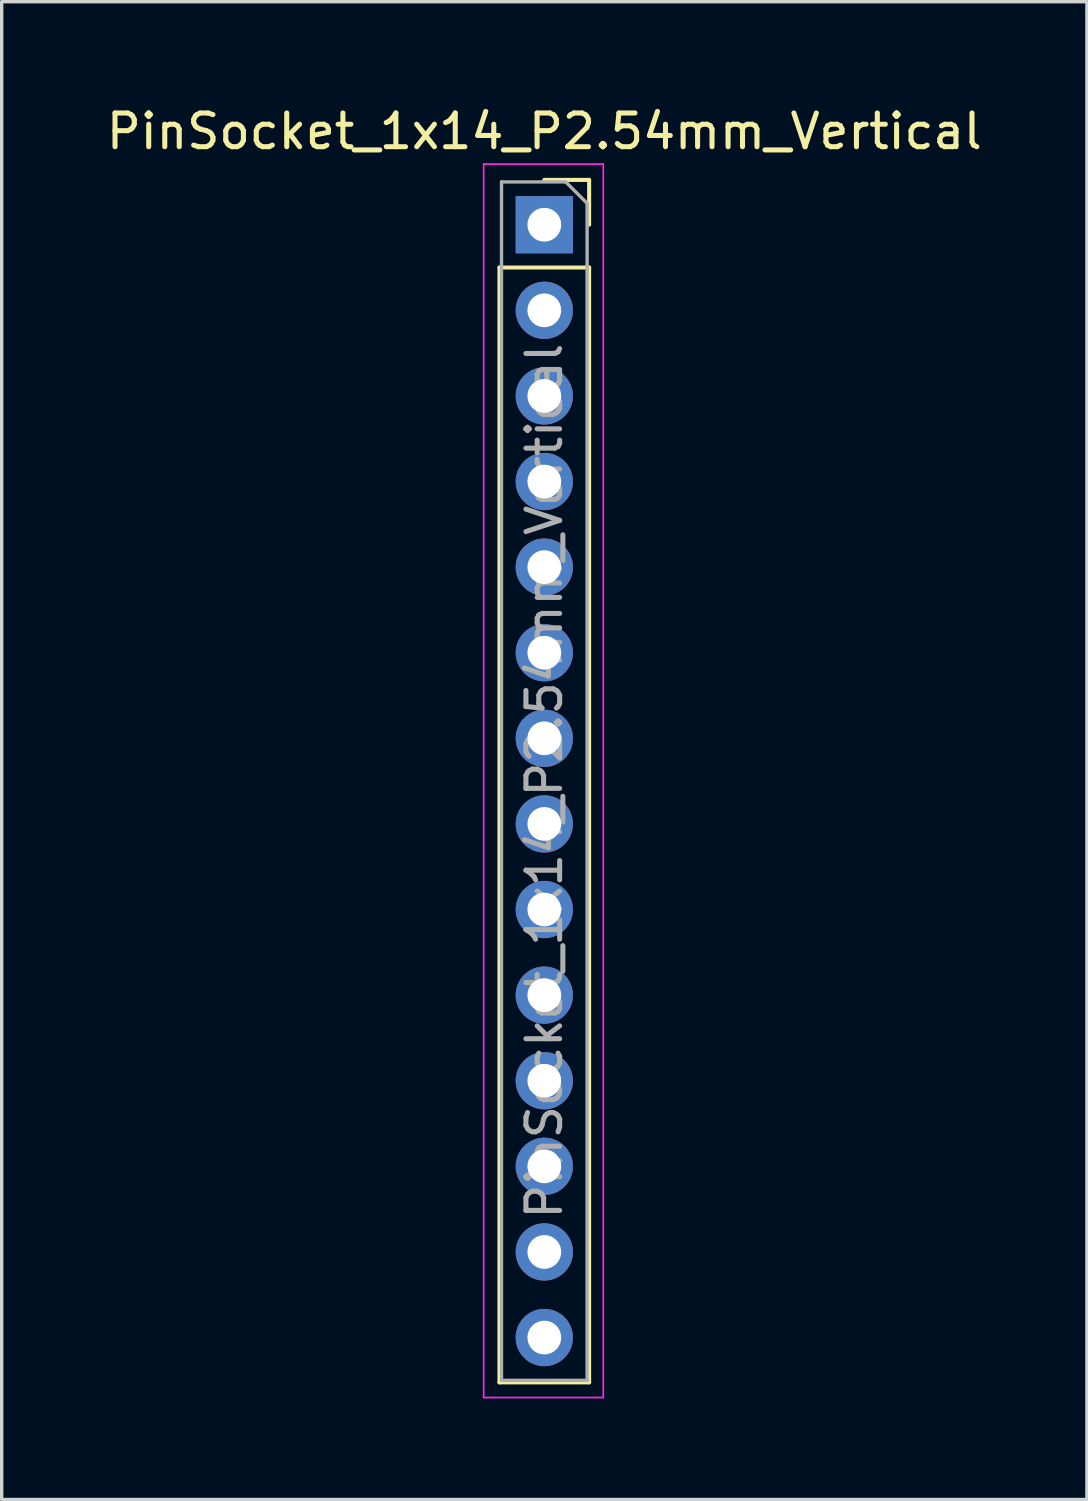
<source format=kicad_pcb>
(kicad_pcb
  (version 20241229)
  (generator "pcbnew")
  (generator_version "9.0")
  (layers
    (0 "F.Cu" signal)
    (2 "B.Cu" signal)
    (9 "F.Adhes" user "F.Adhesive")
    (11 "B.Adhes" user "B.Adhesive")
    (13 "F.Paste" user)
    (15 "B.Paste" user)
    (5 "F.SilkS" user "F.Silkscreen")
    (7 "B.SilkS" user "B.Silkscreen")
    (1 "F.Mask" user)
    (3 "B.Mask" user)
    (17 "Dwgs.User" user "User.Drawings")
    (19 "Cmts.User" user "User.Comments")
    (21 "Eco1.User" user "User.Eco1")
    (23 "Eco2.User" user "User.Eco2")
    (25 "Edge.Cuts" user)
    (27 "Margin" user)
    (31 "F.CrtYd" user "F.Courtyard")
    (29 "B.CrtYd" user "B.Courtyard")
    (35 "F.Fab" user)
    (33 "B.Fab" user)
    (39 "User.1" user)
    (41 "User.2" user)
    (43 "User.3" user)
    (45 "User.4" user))
  (footprint "PinSocket_1x14_P2.54mm_Vertical"
    (layer "F.Cu")
    (at 13.101 3.618)
    (property "Reference" "PinSocket_1x14_P2.54mm_Vertical" (at 0 -2.77 0) (layer "F.SilkS") (effects (font (size 1 1) (thickness 0.15))))
    (attr through_hole)
    (fp_line (start -1.33 1.27) (end -1.33 34.35) (stroke (width 0.12) (type solid)) (layer "F.SilkS"))
    (fp_line (start -1.33 1.27) (end 1.33 1.27) (stroke (width 0.12) (type solid)) (layer "F.SilkS"))
    (fp_line (start -1.33 34.35) (end 1.33 34.35) (stroke (width 0.12) (type solid)) (layer "F.SilkS"))
    (fp_line (start 0 -1.33) (end 1.33 -1.33) (stroke (width 0.12) (type solid)) (layer "F.SilkS"))
    (fp_line (start 1.33 -1.33) (end 1.33 0) (stroke (width 0.12) (type solid)) (layer "F.SilkS"))
    (fp_line (start 1.33 1.27) (end 1.33 34.35) (stroke (width 0.12) (type solid)) (layer "F.SilkS"))
    (fp_line (start -1.8 -1.8) (end 1.75 -1.8) (stroke (width 0.05) (type solid)) (layer "F.CrtYd"))
    (fp_line (start -1.8 34.8) (end -1.8 -1.8) (stroke (width 0.05) (type solid)) (layer "F.CrtYd"))
    (fp_line (start 1.75 -1.8) (end 1.75 34.8) (stroke (width 0.05) (type solid)) (layer "F.CrtYd"))
    (fp_line (start 1.75 34.8) (end -1.8 34.8) (stroke (width 0.05) (type solid)) (layer "F.CrtYd"))
    (fp_line (start -1.27 -1.27) (end 0.635 -1.27) (stroke (width 0.1) (type solid)) (layer "F.Fab"))
    (fp_line (start -1.27 34.29) (end -1.27 -1.27) (stroke (width 0.1) (type solid)) (layer "F.Fab"))
    (fp_line (start 0.635 -1.27) (end 1.27 -0.635) (stroke (width 0.1) (type solid)) (layer "F.Fab"))
    (fp_line (start 1.27 -0.635) (end 1.27 34.29) (stroke (width 0.1) (type solid)) (layer "F.Fab"))
    (fp_line (start 1.27 34.29) (end -1.27 34.29) (stroke (width 0.1) (type solid)) (layer "F.Fab"))
    (fp_text user "${REFERENCE}" (at 0 16.51 90) (layer "F.Fab") (effects (font (size 1 1) (thickness 0.15))))
    (pad "1" thru_hole rect (at 0 0) (size 1.7 1.7) (drill 1) (layers "*.Cu" "*.Mask"))
    (pad "2" thru_hole circle (at 0 2.54) (size 1.7 1.7) (drill 1) (layers "*.Cu" "*.Mask"))
    (pad "3" thru_hole circle (at 0 5.08) (size 1.7 1.7) (drill 1) (layers "*.Cu" "*.Mask"))
    (pad "4" thru_hole circle (at 0 7.62) (size 1.7 1.7) (drill 1) (layers "*.Cu" "*.Mask"))
    (pad "5" thru_hole circle (at 0 10.16) (size 1.7 1.7) (drill 1) (layers "*.Cu" "*.Mask"))
    (pad "6" thru_hole circle (at 0 12.7) (size 1.7 1.7) (drill 1) (layers "*.Cu" "*.Mask"))
    (pad "7" thru_hole circle (at 0 15.24) (size 1.7 1.7) (drill 1) (layers "*.Cu" "*.Mask"))
    (pad "8" thru_hole circle (at 0 17.78) (size 1.7 1.7) (drill 1) (layers "*.Cu" "*.Mask"))
    (pad "9" thru_hole circle (at 0 20.32) (size 1.7 1.7) (drill 1) (layers "*.Cu" "*.Mask"))
    (pad "10" thru_hole circle (at 0 22.86) (size 1.7 1.7) (drill 1) (layers "*.Cu" "*.Mask"))
    (pad "11" thru_hole circle (at 0 25.4) (size 1.7 1.7) (drill 1) (layers "*.Cu" "*.Mask"))
    (pad "12" thru_hole circle (at 0 27.94) (size 1.7 1.7) (drill 1) (layers "*.Cu" "*.Mask"))
    (pad "13" thru_hole circle (at 0 30.48) (size 1.7 1.7) (drill 1) (layers "*.Cu" "*.Mask"))
    (pad "14" thru_hole circle (at 0 33.02) (size 1.7 1.7) (drill 1) (layers "*.Cu" "*.Mask")))
  (gr_rect
    (start -3 -3)
    (end 29.202 41.443)
    (stroke (width 0.1) (type default))
    (fill no)
    (layer "Edge.Cuts")))
</source>
